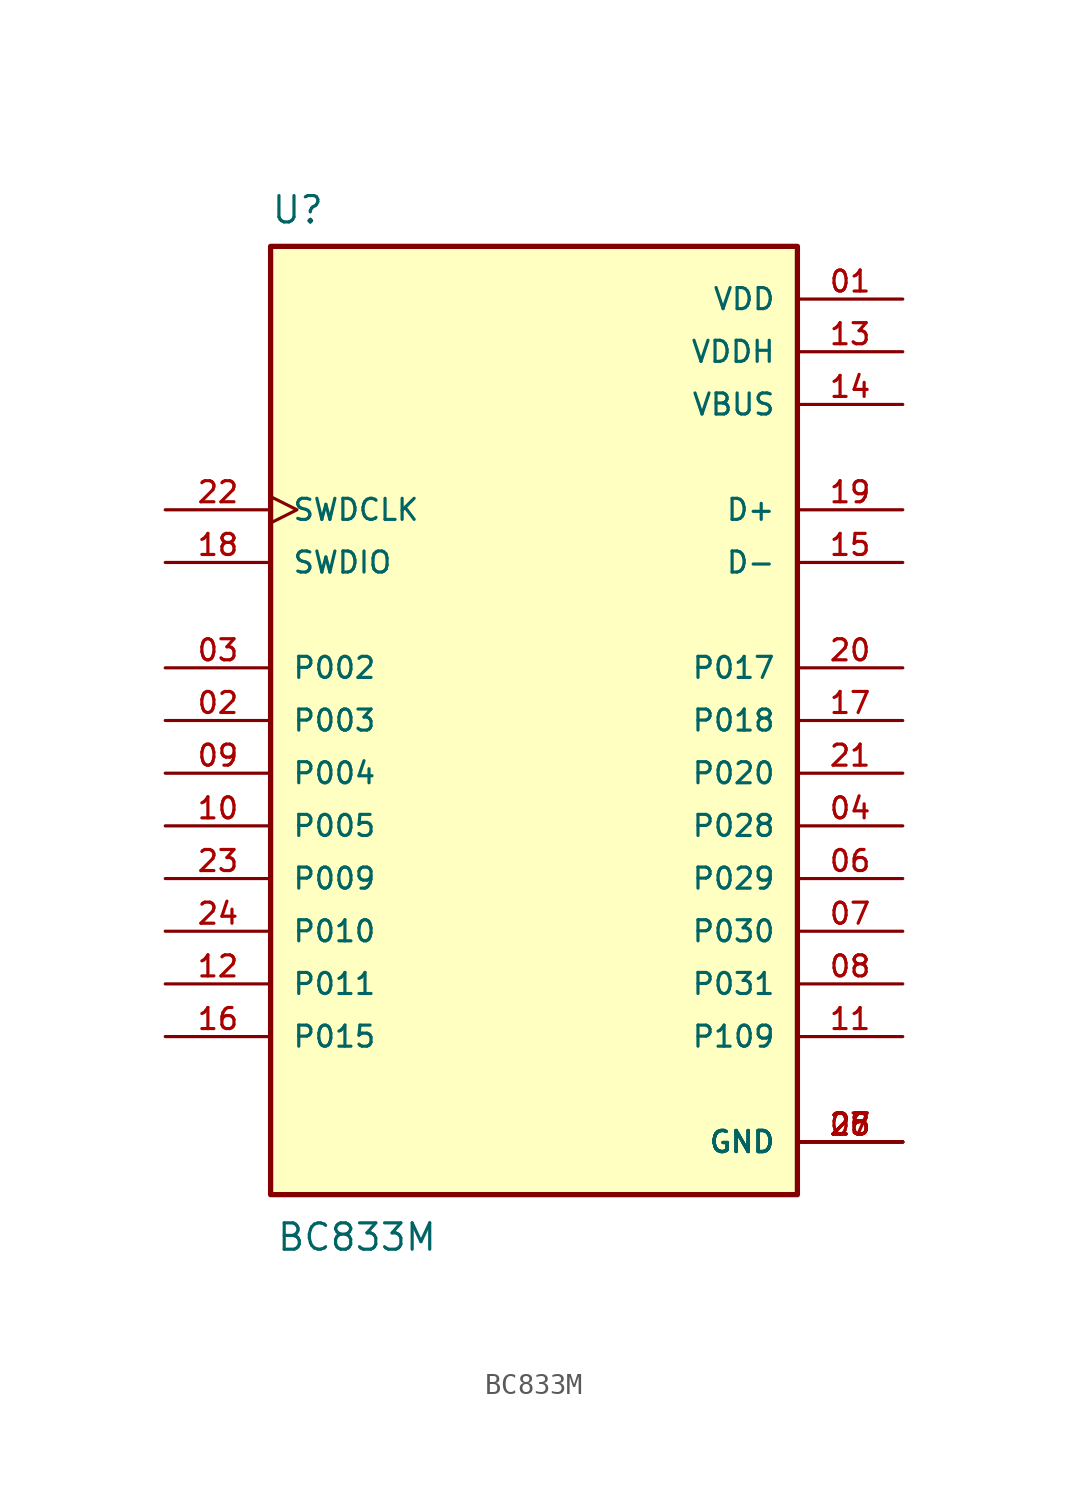
<source format=kicad_sym>
(kicad_symbol_lib
  (version 20231120)
  (generator "kicad_symbol_editor")
  (generator_version "8.0")
  (symbol "BC833M"
    (pin_names
      (offset 1.016))
    (property "Reference" "U"
      (at -12.7 23.876 0)
      (effects (font (size 1.27 1.27)) (justify left bottom)))
    (property "Value" "BC833M"
      (at -12.446 -25.654 0)
      (effects (font (size 1.27 1.27)) (justify left bottom)))
    (symbol "BC833M_0_0"
      (rectangle (start -12.7 -22.86) (end 12.7 22.86) (stroke (width 0.254) (type default)) (fill (type background)))
      (pin power_in line (at 17.78 20.32 180) (length 5.08) (name "VDD" (effects (font (size 1.016 1.016)))) (number "01" (effects (font (size 1.016 1.016)))))
      (pin bidirectional line (at -17.78 0 0) (length 5.08) (name "P003" (effects (font (size 1.016 1.016)))) (number "02" (effects (font (size 1.016 1.016)))))
      (pin bidirectional line (at -17.78 2.54 0) (length 5.08) (name "P002" (effects (font (size 1.016 1.016)))) (number "03" (effects (font (size 1.016 1.016)))))
      (pin bidirectional line (at 17.78 -5.08 180) (length 5.08) (name "P028" (effects (font (size 1.016 1.016)))) (number "04" (effects (font (size 1.016 1.016)))))
      (pin power_in line (at 17.78 -20.32 180) (length 5.08) (name "GND" (effects (font (size 1.016 1.016)))) (number "05" (effects (font (size 1.016 1.016)))))
      (pin bidirectional line (at 17.78 -7.62 180) (length 5.08) (name "P029" (effects (font (size 1.016 1.016)))) (number "06" (effects (font (size 1.016 1.016)))))
      (pin bidirectional line (at 17.78 -10.16 180) (length 5.08) (name "P030" (effects (font (size 1.016 1.016)))) (number "07" (effects (font (size 1.016 1.016)))))
      (pin bidirectional line (at 17.78 -12.7 180) (length 5.08) (name "P031" (effects (font (size 1.016 1.016)))) (number "08" (effects (font (size 1.016 1.016)))))
      (pin bidirectional line (at -17.78 -2.54 0) (length 5.08) (name "P004" (effects (font (size 1.016 1.016)))) (number "09" (effects (font (size 1.016 1.016)))))
      (pin bidirectional line (at -17.78 -5.08 0) (length 5.08) (name "P005" (effects (font (size 1.016 1.016)))) (number "10" (effects (font (size 1.016 1.016)))))
      (pin bidirectional line (at 17.78 -15.24 180) (length 5.08) (name "P109" (effects (font (size 1.016 1.016)))) (number "11" (effects (font (size 1.016 1.016)))))
      (pin bidirectional line (at -17.78 -12.7 0) (length 5.08) (name "P011" (effects (font (size 1.016 1.016)))) (number "12" (effects (font (size 1.016 1.016)))))
      (pin power_in line (at 17.78 17.78 180) (length 5.08) (name "VDDH" (effects (font (size 1.016 1.016)))) (number "13" (effects (font (size 1.016 1.016)))))
      (pin power_in line (at 17.78 15.24 180) (length 5.08) (name "VBUS" (effects (font (size 1.016 1.016)))) (number "14" (effects (font (size 1.016 1.016)))))
      (pin bidirectional line (at 17.78 7.62 180) (length 5.08) (name "D-" (effects (font (size 1.016 1.016)))) (number "15" (effects (font (size 1.016 1.016)))))
      (pin bidirectional line (at -17.78 -15.24 0) (length 5.08) (name "P015" (effects (font (size 1.016 1.016)))) (number "16" (effects (font (size 1.016 1.016)))))
      (pin bidirectional line (at 17.78 0 180) (length 5.08) (name "P018" (effects (font (size 1.016 1.016)))) (number "17" (effects (font (size 1.016 1.016)))))
      (pin bidirectional line (at -17.78 7.62 0) (length 5.08) (name "SWDIO" (effects (font (size 1.016 1.016)))) (number "18" (effects (font (size 1.016 1.016)))))
      (pin bidirectional line (at 17.78 10.16 180) (length 5.08) (name "D+" (effects (font (size 1.016 1.016)))) (number "19" (effects (font (size 1.016 1.016)))))
      (pin bidirectional line (at 17.78 2.54 180) (length 5.08) (name "P017" (effects (font (size 1.016 1.016)))) (number "20" (effects (font (size 1.016 1.016)))))
      (pin bidirectional line (at 17.78 -2.54 180) (length 5.08) (name "P020" (effects (font (size 1.016 1.016)))) (number "21" (effects (font (size 1.016 1.016)))))
      (pin input clock (at -17.78 10.16 0) (length 5.08) (name "SWDCLK" (effects (font (size 1.016 1.016)))) (number "22" (effects (font (size 1.016 1.016)))))
      (pin bidirectional line (at -17.78 -7.62 0) (length 5.08) (name "P009" (effects (font (size 1.016 1.016)))) (number "23" (effects (font (size 1.016 1.016)))))
      (pin bidirectional line (at -17.78 -10.16 0) (length 5.08) (name "P010" (effects (font (size 1.016 1.016)))) (number "24" (effects (font (size 1.016 1.016)))))
      (pin power_in line (at 17.78 -20.32 180) (length 5.08) (name "GND" (effects (font (size 1.016 1.016)))) (number "25" (effects (font (size 1.016 1.016)))))
      (pin power_in line (at 17.78 -20.32 180) (length 5.08) (name "GND" (effects (font (size 1.016 1.016)))) (number "26" (effects (font (size 1.016 1.016)))))
      (pin power_in line (at 17.78 -20.32 180) (length 5.08) (name "GND" (effects (font (size 1.016 1.016)))) (number "27" (effects (font (size 1.016 1.016)))))
      (pin power_in line (at 17.78 -20.32 180) (length 5.08) (name "GND" (effects (font (size 1.016 1.016)))) (number "28" (effects (font (size 1.016 1.016))))))))
</source>
